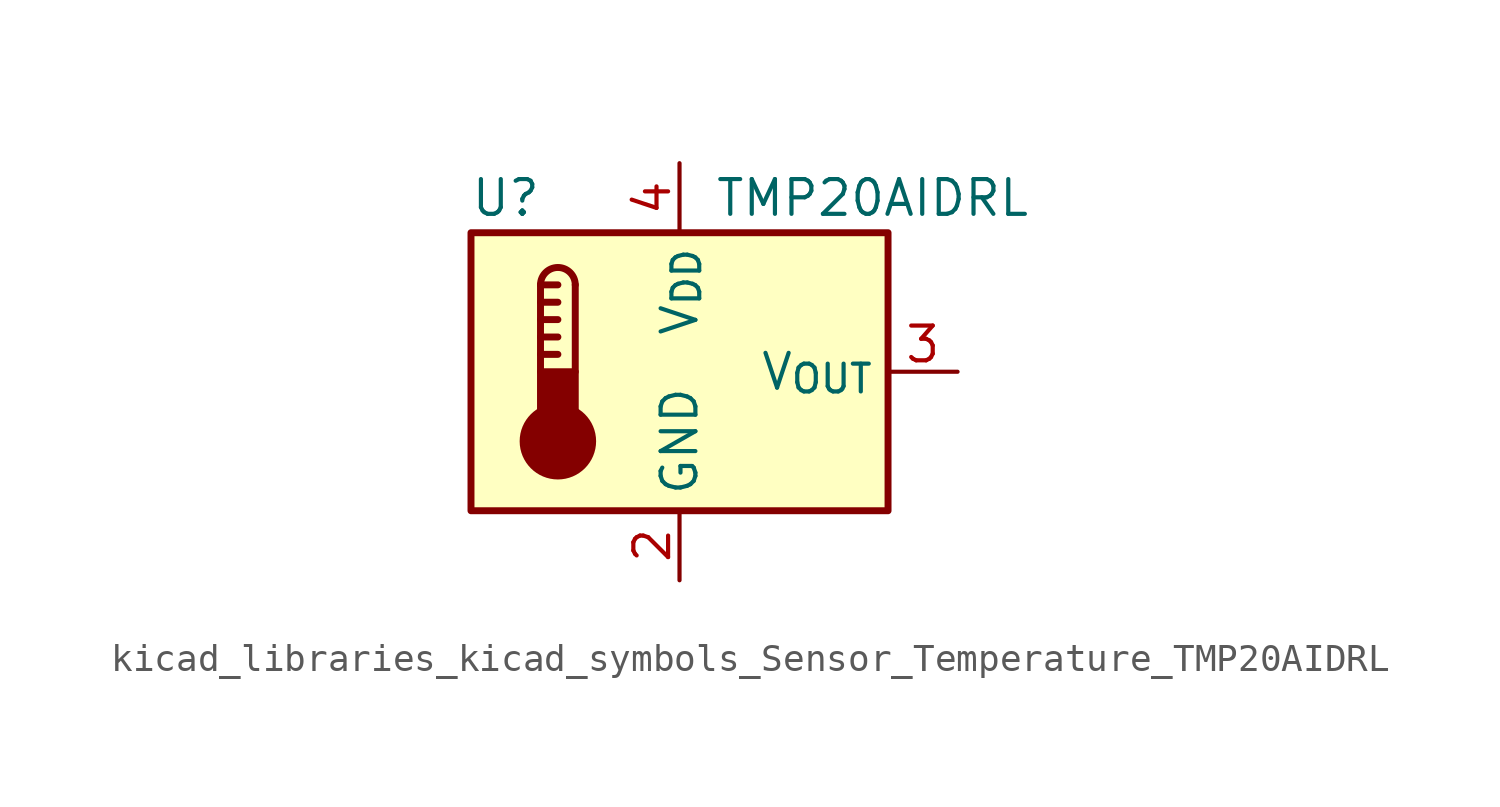
<source format=kicad_sym>
(kicad_symbol_lib
  (version 20220914)
  (generator kicad_symbol_editor)
  (symbol "kicad_libraries_kicad_symbols_Sensor_Temperature_TMP20AIDRL"
    (property "Reference" "U"
      (at -6.35 6.35 0)
      (effects (font (size 1.27 1.27))))
    (property "Value" "TMP20AIDRL"
      (at 1.27 6.35 0)
      (effects (font (size 1.27 1.27)) (justify left)))
    (symbol "kicad_libraries_kicad_symbols_Sensor_Temperature_TMP20AIDRL_0_1"
      (rectangle (start -7.62 5.08) (end 7.62 -5.08) (stroke (width 0.254) (type default)) (fill (type background)))
      (circle (center -4.445 -2.54) (radius 1.27) (stroke (width 0.254) (type default)) (fill (type outline)))
      (rectangle (start -3.81 -1.905) (end -5.08 0) (stroke (width 0.254) (type default)) (fill (type outline)))
      (arc (start -3.81 3.175) (mid -4.445 3.8073) (end -5.08 3.175) (stroke (width 0.254) (type default)) (fill (type none)))
      (polyline (pts (xy -5.08 0.635) (xy -4.445 0.635)) (stroke (width 0.254) (type default)) (fill (type none)))
      (polyline (pts (xy -5.08 1.27) (xy -4.445 1.27)) (stroke (width 0.254) (type default)) (fill (type none)))
      (polyline (pts (xy -5.08 1.905) (xy -4.445 1.905)) (stroke (width 0.254) (type default)) (fill (type none)))
      (polyline (pts (xy -5.08 2.54) (xy -4.445 2.54)) (stroke (width 0.254) (type default)) (fill (type none)))
      (polyline (pts (xy -5.08 3.175) (xy -5.08 0)) (stroke (width 0.254) (type default)) (fill (type none)))
      (polyline (pts (xy -5.08 3.175) (xy -4.445 3.175)) (stroke (width 0.254) (type default)) (fill (type none)))
      (polyline (pts (xy -3.81 3.175) (xy -3.81 0)) (stroke (width 0.254) (type default)) (fill (type none))))
    (symbol "kicad_libraries_kicad_symbols_Sensor_Temperature_TMP20AIDRL_1_1"
      (pin no_connect line (at 7.62 -2.54 180) (length 2.54) hide (name "NC" (effects (font (size 1.27 1.27)))) (number "1" (effects (font (size 1.27 1.27)))))
      (pin power_in line (at 0 -7.62 90) (length 2.54) (name "GND" (effects (font (size 1.27 1.27)))) (number "2" (effects (font (size 1.27 1.27)))))
      (pin output line (at 10.16 0 180) (length 2.54) (name "V_{OUT}" (effects (font (size 1.27 1.27)))) (number "3" (effects (font (size 1.27 1.27)))))
      (pin power_in line (at 0 7.62 270) (length 2.54) (name "V_{DD}" (effects (font (size 1.27 1.27)))) (number "4" (effects (font (size 1.27 1.27)))))
      (pin no_connect line (at 7.62 2.54 180) (length 2.54) hide (name "NC" (effects (font (size 1.27 1.27)))) (number "5" (effects (font (size 1.27 1.27)))))
      (pin passive line (at 0 -7.62 90) (length 2.54) hide (name "GND" (effects (font (size 1.27 1.27)))) (number "6" (effects (font (size 1.27 1.27))))))))
</source>
